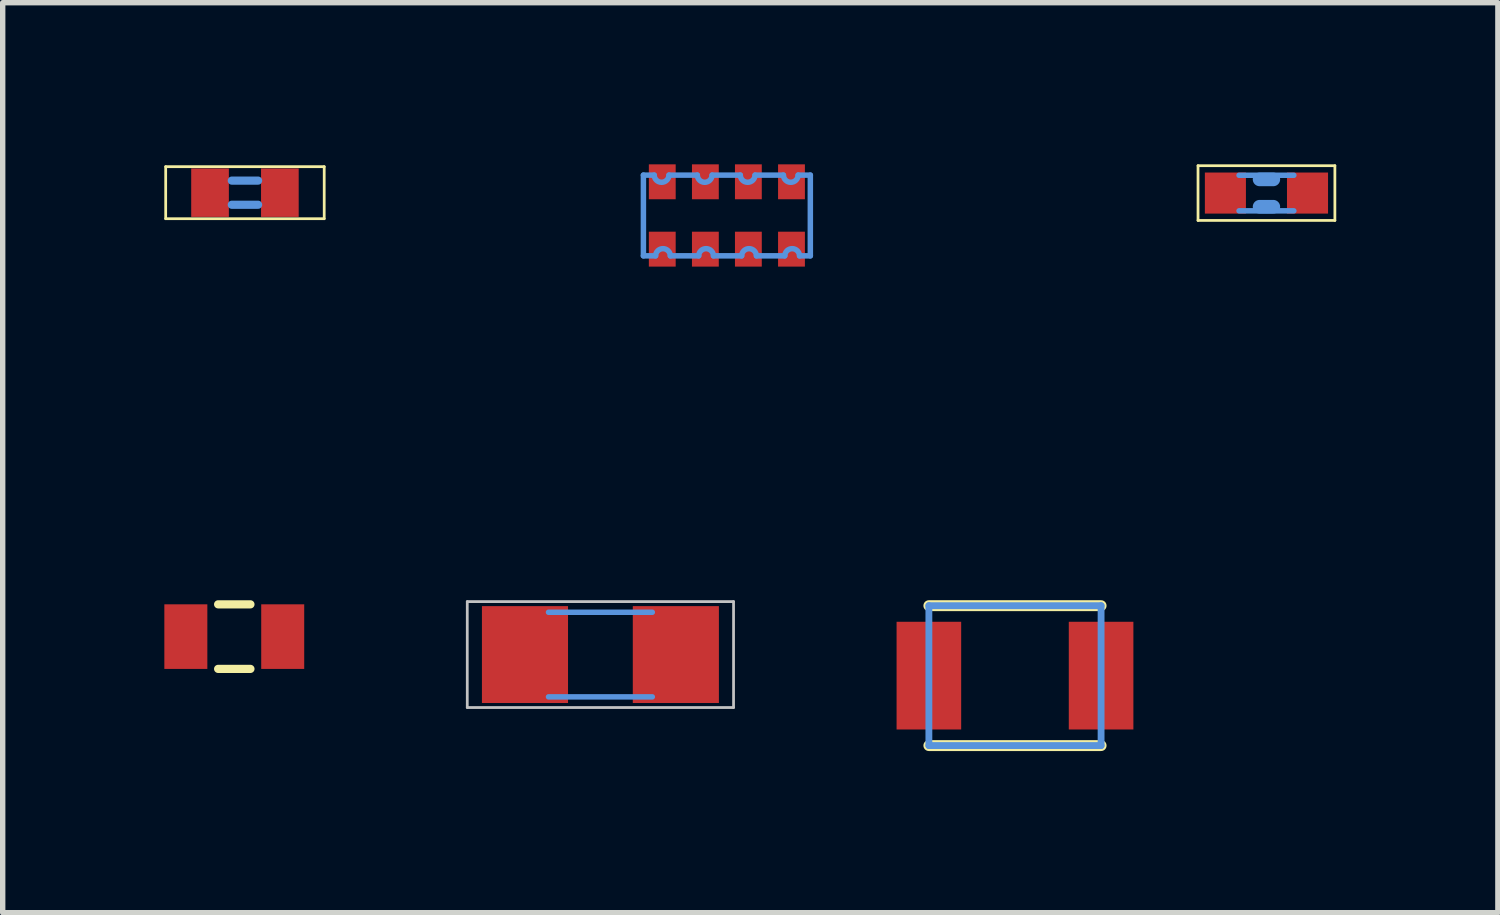
<source format=kicad_pcb>
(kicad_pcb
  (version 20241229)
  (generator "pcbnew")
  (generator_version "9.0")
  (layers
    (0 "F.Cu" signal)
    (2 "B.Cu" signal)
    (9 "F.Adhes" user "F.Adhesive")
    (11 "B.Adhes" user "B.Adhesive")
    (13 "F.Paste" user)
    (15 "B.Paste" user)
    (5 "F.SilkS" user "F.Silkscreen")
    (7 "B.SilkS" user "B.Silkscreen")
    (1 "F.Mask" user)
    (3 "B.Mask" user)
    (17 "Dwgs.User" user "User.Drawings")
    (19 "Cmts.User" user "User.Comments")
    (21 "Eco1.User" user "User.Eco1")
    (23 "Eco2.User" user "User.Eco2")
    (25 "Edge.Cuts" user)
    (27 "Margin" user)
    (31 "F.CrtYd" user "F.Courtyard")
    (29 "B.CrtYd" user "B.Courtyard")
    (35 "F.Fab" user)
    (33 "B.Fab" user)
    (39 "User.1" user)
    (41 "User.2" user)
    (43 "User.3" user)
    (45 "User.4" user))
  (footprint "1210"
    (layer "F.Cu")
    (at 15.787 9.489)
    (property "Reference" "1210" (at 0.015 -0.295 0) (layer "Eco1.User") (effects (font (size 0.406 0.406) (thickness 0.03))))
    (attr through_hole)
    (fp_line (start -1.598 -1.298) (end 1.598 -1.298) (stroke (width 0.203) (type solid)) (layer "F.SilkS"))
    (fp_line (start -1.598 1.298) (end 1.598 1.298) (stroke (width 0.203) (type solid)) (layer "F.SilkS"))
    (fp_line (start -1.598 -1.298) (end 1.598 -1.298) (stroke (width 0.127) (type solid)) (layer "Cmts.User"))
    (fp_line (start -1.598 1.298) (end -1.598 -1.298) (stroke (width 0.127) (type solid)) (layer "Cmts.User"))
    (fp_line (start 1.598 -1.298) (end 1.598 1.298) (stroke (width 0.127) (type solid)) (layer "Cmts.User"))
    (fp_line (start 1.598 1.298) (end -1.598 1.298) (stroke (width 0.127) (type solid)) (layer "Cmts.User"))
    (pad "1" smd rect (at -1.598 0) (size 1.199 1.999) (layers "F.Cu" "F.Mask" "F.Paste"))
    (pad "2" smd rect (at 1.598 0) (size 1.199 1.999) (layers "F.Cu" "F.Mask" "F.Paste")))
  (footprint "1206"
    (layer "F.Cu")
    (at 8.093 9.098)
    (property "Reference" "1206" (at 0 0 0) (layer "Eco1.User") (effects (font (size 0.8 0.8) (thickness 0.075))))
    (attr through_hole)
    (fp_line (start -2.471 -0.983) (end 2.471 -0.983) (stroke (width 0.051) (type solid)) (layer "Dwgs.User"))
    (fp_line (start -2.471 0.983) (end -2.471 -0.983) (stroke (width 0.051) (type solid)) (layer "Dwgs.User"))
    (fp_line (start 2.471 -0.983) (end 2.471 0.983) (stroke (width 0.051) (type solid)) (layer "Dwgs.User"))
    (fp_line (start 2.471 0.983) (end -2.471 0.983) (stroke (width 0.051) (type solid)) (layer "Dwgs.User"))
    (fp_line (start -0.963 -0.785) (end 0.963 -0.785) (stroke (width 0.102) (type solid)) (layer "Cmts.User"))
    (fp_line (start -0.963 0.785) (end 0.963 0.785) (stroke (width 0.102) (type solid)) (layer "Cmts.User"))
    (pad "1" smd rect (at -1.4 0) (size 1.598 1.798) (layers "F.Cu" "F.Mask" "F.Paste"))
    (pad "2" smd rect (at 1.4 0) (size 1.598 1.798) (layers "F.Cu" "F.Mask" "F.Paste")))
  (footprint "0603-ARC"
    (layer "F.Cu")
    (at 10.44 0.949)
    (property "Reference" "0603-ARC" (at 0.635 3.175 0) (layer "Eco1.User") (effects (font (size 1.27 1.27) (thickness 0.127))))
    (attr through_hole)
    (fp_line (start -1.549 -0.749) (end -1.349 -0.749) (stroke (width 0.102) (type solid)) (layer "Cmts.User"))
    (fp_line (start -1.549 0.749) (end -1.549 -0.749) (stroke (width 0.102) (type solid)) (layer "Cmts.User"))
    (fp_line (start -1.323 0.749) (end -1.549 0.749) (stroke (width 0.102) (type solid)) (layer "Cmts.User"))
    (fp_line (start -1.074 -0.749) (end -0.549 -0.749) (stroke (width 0.102) (type solid)) (layer "Cmts.User"))
    (fp_line (start -0.523 0.749) (end -1.049 0.749) (stroke (width 0.102) (type solid)) (layer "Cmts.User"))
    (fp_line (start -0.274 -0.749) (end 0.249 -0.749) (stroke (width 0.102) (type solid)) (layer "Cmts.User"))
    (fp_line (start 0.274 0.749) (end -0.249 0.749) (stroke (width 0.102) (type solid)) (layer "Cmts.User"))
    (fp_line (start 0.523 -0.749) (end 1.049 -0.749) (stroke (width 0.102) (type solid)) (layer "Cmts.User"))
    (fp_line (start 1.074 0.749) (end 0.549 0.749) (stroke (width 0.102) (type solid)) (layer "Cmts.User"))
    (fp_line (start 1.323 -0.749) (end 1.549 -0.749) (stroke (width 0.102) (type solid)) (layer "Cmts.User"))
    (fp_line (start 1.549 -0.749) (end 1.549 0.749) (stroke (width 0.102) (type solid)) (layer "Cmts.User"))
    (fp_line (start 1.549 0.749) (end 1.349 0.749) (stroke (width 0.102) (type solid)) (layer "Cmts.User"))
    (fp_arc (start -1.32334 0.7493) (mid -1.18618 0.61214) (end -1.04902 0.7493) (stroke (width 0.1016) (type solid)) (layer "Cmts.User"))
    (fp_arc (start -1.07442 -0.7493) (mid -1.21158 -0.61214) (end -1.34874 -0.7493) (stroke (width 0.1016) (type solid)) (layer "Cmts.User"))
    (fp_arc (start -0.52324 0.7493) (mid -0.38608 0.61214) (end -0.24892 0.7493) (stroke (width 0.1016) (type solid)) (layer "Cmts.User"))
    (fp_arc (start -0.27432 -0.7493) (mid -0.41148 -0.61214) (end -0.54864 -0.7493) (stroke (width 0.1016) (type solid)) (layer "Cmts.User"))
    (fp_arc (start 0.27432 0.7493) (mid 0.41148 0.61214) (end 0.54864 0.7493) (stroke (width 0.1016) (type solid)) (layer "Cmts.User"))
    (fp_arc (start 0.52324 -0.7493) (mid 0.38608 -0.61214) (end 0.24892 -0.7493) (stroke (width 0.1016) (type solid)) (layer "Cmts.User"))
    (fp_arc (start 1.07442 0.7493) (mid 1.21158 0.61214) (end 1.34874 0.7493) (stroke (width 0.1016) (type solid)) (layer "Cmts.User"))
    (fp_arc (start 1.32334 -0.7493) (mid 1.18618 -0.61214) (end 1.04902 -0.7493) (stroke (width 0.1016) (type solid)) (layer "Cmts.User"))
    (pad "1" smd rect (at -1.199 0.625) (size 0.498 0.648) (layers "F.Cu" "F.Mask" "F.Paste"))
    (pad "2" smd rect (at -0.399 0.625) (size 0.498 0.648) (layers "F.Cu" "F.Mask" "F.Paste"))
    (pad "3" smd rect (at 0.399 0.625) (size 0.498 0.648) (layers "F.Cu" "F.Mask" "F.Paste"))
    (pad "4" smd rect (at 1.199 0.625) (size 0.498 0.648) (layers "F.Cu" "F.Mask" "F.Paste"))
    (pad "5" smd rect (at 1.199 -0.625) (size 0.498 0.648) (layers "F.Cu" "F.Mask" "F.Paste"))
    (pad "6" smd rect (at 0.399 -0.625) (size 0.498 0.648) (layers "F.Cu" "F.Mask" "F.Paste"))
    (pad "7" smd rect (at -0.399 -0.625) (size 0.498 0.648) (layers "F.Cu" "F.Mask" "F.Paste"))
    (pad "8" smd rect (at -1.199 -0.625) (size 0.498 0.648) (layers "F.Cu" "F.Mask" "F.Paste")))
  (footprint "0603"
    (layer "F.Cu")
    (at 20.454 0.533)
    (property "Reference" "0603" (at 0 0 0) (layer "Eco1.User") (effects (font (size 0.3 0.3) (thickness 0.075))))
    (attr through_hole)
    (fp_line (start -1.27 -0.508) (end 1.27 -0.508) (stroke (width 0.051) (type solid)) (layer "F.SilkS"))
    (fp_line (start -1.27 0.508) (end -1.27 -0.508) (stroke (width 0.051) (type solid)) (layer "F.SilkS"))
    (fp_line (start 1.27 -0.508) (end 1.27 0.508) (stroke (width 0.051) (type solid)) (layer "F.SilkS"))
    (fp_line (start 1.27 0.508) (end -1.27 0.508) (stroke (width 0.051) (type solid)) (layer "F.SilkS"))
    (fp_line (start -0.508 -0.33) (end 0.508 -0.33) (stroke (width 0.102) (type solid)) (layer "Cmts.User"))
    (fp_line (start -0.508 0.33) (end 0.508 0.33) (stroke (width 0.102) (type solid)) (layer "Cmts.User"))
    (fp_line (start -0.127 -0.254) (end 0.127 -0.254) (stroke (width 0.254) (type solid)) (layer "Cmts.User"))
    (fp_line (start -0.127 0.254) (end 0.127 0.254) (stroke (width 0.254) (type solid)) (layer "Cmts.User"))
    (pad "1" smd rect (at -0.762 0) (size 0.762 0.762) (layers "F.Cu" "F.Mask" "F.Paste"))
    (pad "2" smd rect (at 0.762 0) (size 0.762 0.762) (layers "F.Cu" "F.Mask" "F.Paste")))
  (footprint "0805"
    (layer "F.Cu")
    (at 1.298 8.765)
    (property "Reference" "0805" (at 0 -0.35 0) (layer "Eco1.User") (effects (font (size 0.2 0.2) (thickness 0.03))))
    (attr through_hole)
    (fp_line (start -0.3 -0.599) (end 0.3 -0.599) (stroke (width 0.152) (type solid)) (layer "F.SilkS"))
    (fp_line (start -0.3 0.599) (end 0.3 0.599) (stroke (width 0.152) (type solid)) (layer "F.SilkS"))
    (pad "1" smd rect (at -0.899 0) (size 0.798 1.199) (layers "F.Cu" "F.Mask" "F.Paste"))
    (pad "2" smd rect (at 0.899 0) (size 0.798 1.199) (layers "F.Cu" "F.Mask" "F.Paste")))
  (footprint "0402"
    (layer "F.Cu")
    (at 1.496 0.526)
    (property "Reference" "0402" (at 0 0 0) (layer "Eco1.User") (effects (font (size 0.6 0.6) (thickness 0.1))))
    (attr through_hole)
    (fp_line (start -1.471 -0.483) (end 1.471 -0.483) (stroke (width 0.051) (type solid)) (layer "F.SilkS"))
    (fp_line (start -1.471 0.483) (end -1.471 -0.483) (stroke (width 0.051) (type solid)) (layer "F.SilkS"))
    (fp_line (start 1.471 -0.483) (end 1.471 0.483) (stroke (width 0.051) (type solid)) (layer "F.SilkS"))
    (fp_line (start 1.471 0.483) (end -1.471 0.483) (stroke (width 0.051) (type solid)) (layer "F.SilkS"))
    (fp_line (start -0.244 -0.224) (end 0.244 -0.224) (stroke (width 0.152) (type solid)) (layer "Cmts.User"))
    (fp_line (start 0.244 0.224) (end -0.244 0.224) (stroke (width 0.152) (type solid)) (layer "Cmts.User"))
    (pad "1" smd rect (at -0.648 0) (size 0.699 0.899) (layers "F.Cu" "F.Mask" "F.Paste"))
    (pad "2" smd rect (at 0.648 0) (size 0.699 0.899) (layers "F.Cu" "F.Mask" "F.Paste")))
  (gr_rect
    (start -3 -3)
    (end 24.749 13.889)
    (stroke (width 0.1) (type default))
    (fill no)
    (layer "Edge.Cuts")))
</source>
